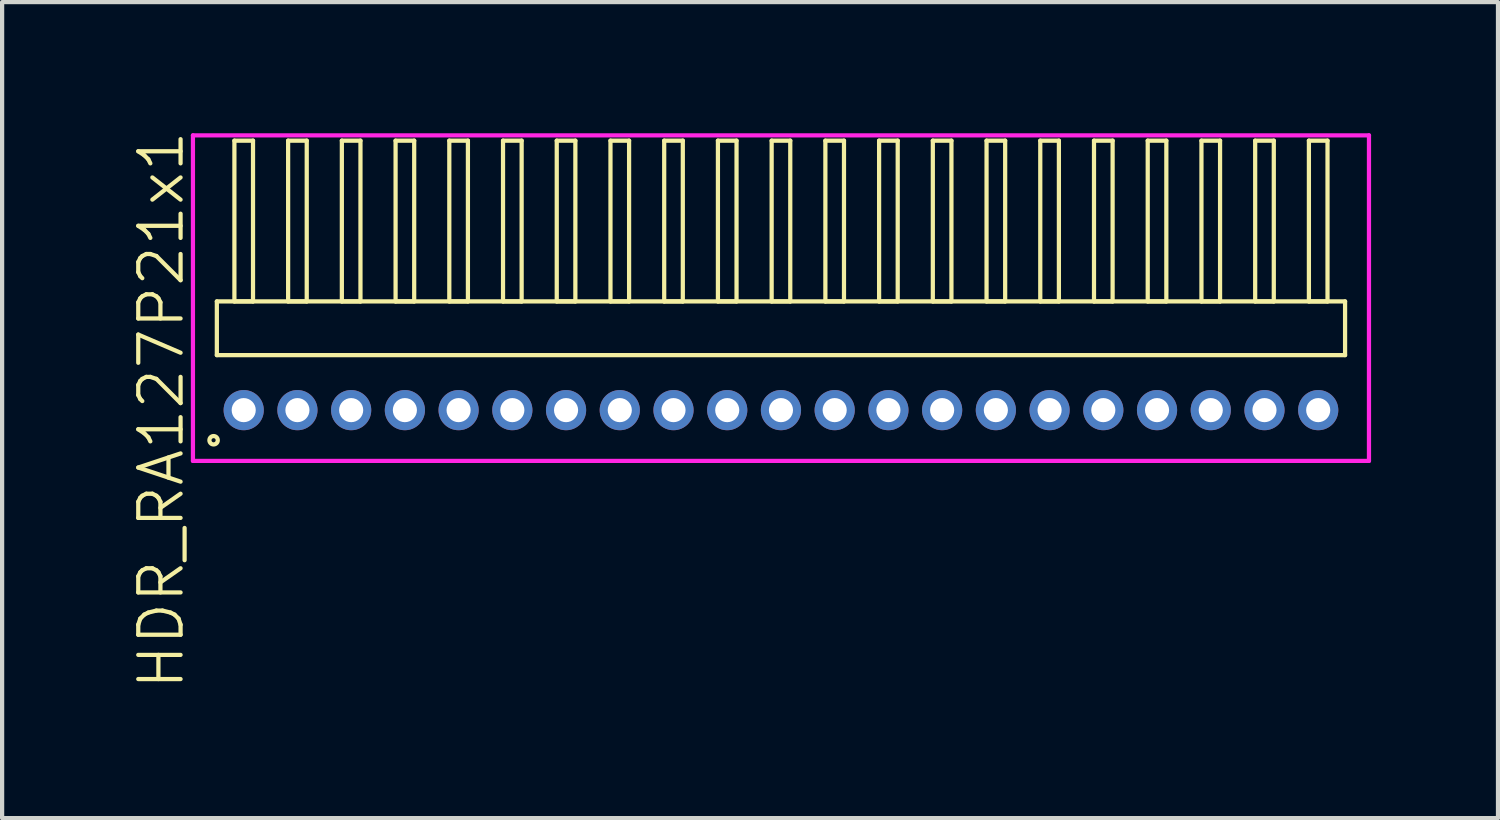
<source format=kicad_pcb>
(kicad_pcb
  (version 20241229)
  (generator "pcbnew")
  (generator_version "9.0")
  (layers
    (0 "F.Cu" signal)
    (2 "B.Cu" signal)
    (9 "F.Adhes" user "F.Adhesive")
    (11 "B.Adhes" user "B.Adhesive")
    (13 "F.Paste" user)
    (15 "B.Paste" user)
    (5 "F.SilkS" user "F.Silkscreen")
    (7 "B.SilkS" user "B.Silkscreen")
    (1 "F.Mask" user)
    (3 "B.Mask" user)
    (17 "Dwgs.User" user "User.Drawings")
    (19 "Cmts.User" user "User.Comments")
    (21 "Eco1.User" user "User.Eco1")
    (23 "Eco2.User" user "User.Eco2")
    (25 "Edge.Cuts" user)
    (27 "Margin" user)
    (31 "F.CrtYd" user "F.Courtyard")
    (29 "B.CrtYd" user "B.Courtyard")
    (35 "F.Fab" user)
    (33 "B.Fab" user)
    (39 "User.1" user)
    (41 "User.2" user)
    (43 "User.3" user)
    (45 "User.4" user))
  (footprint "HDR_RA127P21x1"
    (layer "F.Cu")
    (at 15.411 6.645)
    (property "Reference" "HDR_RA127P21x1" (at -14.65 0 90) (layer "F.SilkS") (effects (font (size 1 1) (thickness 0.1))))
    (attr through_hole)
    (fp_line (start -13.335 -2.57) (end -13.335 -1.3) (stroke (width 0.1) (type solid)) (layer "F.SilkS"))
    (fp_line (start -13.335 -1.3) (end 13.335 -1.3) (stroke (width 0.1) (type solid)) (layer "F.SilkS"))
    (fp_line (start -12.92 -6.37) (end -12.92 -2.57) (stroke (width 0.1) (type solid)) (layer "F.SilkS"))
    (fp_line (start -12.92 -2.57) (end -12.48 -2.57) (stroke (width 0.1) (type solid)) (layer "F.SilkS"))
    (fp_line (start -12.48 -6.37) (end -12.92 -6.37) (stroke (width 0.1) (type solid)) (layer "F.SilkS"))
    (fp_line (start -12.48 -2.57) (end -12.48 -6.37) (stroke (width 0.1) (type solid)) (layer "F.SilkS"))
    (fp_line (start -11.65 -6.37) (end -11.65 -2.57) (stroke (width 0.1) (type solid)) (layer "F.SilkS"))
    (fp_line (start -11.65 -2.57) (end -11.21 -2.57) (stroke (width 0.1) (type solid)) (layer "F.SilkS"))
    (fp_line (start -11.21 -6.37) (end -11.65 -6.37) (stroke (width 0.1) (type solid)) (layer "F.SilkS"))
    (fp_line (start -11.21 -2.57) (end -11.21 -6.37) (stroke (width 0.1) (type solid)) (layer "F.SilkS"))
    (fp_line (start -10.38 -6.37) (end -10.38 -2.57) (stroke (width 0.1) (type solid)) (layer "F.SilkS"))
    (fp_line (start -10.38 -2.57) (end -9.94 -2.57) (stroke (width 0.1) (type solid)) (layer "F.SilkS"))
    (fp_line (start -9.94 -6.37) (end -10.38 -6.37) (stroke (width 0.1) (type solid)) (layer "F.SilkS"))
    (fp_line (start -9.94 -2.57) (end -9.94 -6.37) (stroke (width 0.1) (type solid)) (layer "F.SilkS"))
    (fp_line (start -9.11 -6.37) (end -9.11 -2.57) (stroke (width 0.1) (type solid)) (layer "F.SilkS"))
    (fp_line (start -9.11 -2.57) (end -8.67 -2.57) (stroke (width 0.1) (type solid)) (layer "F.SilkS"))
    (fp_line (start -8.67 -6.37) (end -9.11 -6.37) (stroke (width 0.1) (type solid)) (layer "F.SilkS"))
    (fp_line (start -8.67 -2.57) (end -8.67 -6.37) (stroke (width 0.1) (type solid)) (layer "F.SilkS"))
    (fp_line (start -7.84 -6.37) (end -7.84 -2.57) (stroke (width 0.1) (type solid)) (layer "F.SilkS"))
    (fp_line (start -7.84 -2.57) (end -7.4 -2.57) (stroke (width 0.1) (type solid)) (layer "F.SilkS"))
    (fp_line (start -7.4 -6.37) (end -7.84 -6.37) (stroke (width 0.1) (type solid)) (layer "F.SilkS"))
    (fp_line (start -7.4 -2.57) (end -7.4 -6.37) (stroke (width 0.1) (type solid)) (layer "F.SilkS"))
    (fp_line (start -6.57 -6.37) (end -6.57 -2.57) (stroke (width 0.1) (type solid)) (layer "F.SilkS"))
    (fp_line (start -6.57 -2.57) (end -6.13 -2.57) (stroke (width 0.1) (type solid)) (layer "F.SilkS"))
    (fp_line (start -6.13 -6.37) (end -6.57 -6.37) (stroke (width 0.1) (type solid)) (layer "F.SilkS"))
    (fp_line (start -6.13 -2.57) (end -6.13 -6.37) (stroke (width 0.1) (type solid)) (layer "F.SilkS"))
    (fp_line (start -5.3 -6.37) (end -5.3 -2.57) (stroke (width 0.1) (type solid)) (layer "F.SilkS"))
    (fp_line (start -5.3 -2.57) (end -4.86 -2.57) (stroke (width 0.1) (type solid)) (layer "F.SilkS"))
    (fp_line (start -4.86 -6.37) (end -5.3 -6.37) (stroke (width 0.1) (type solid)) (layer "F.SilkS"))
    (fp_line (start -4.86 -2.57) (end -4.86 -6.37) (stroke (width 0.1) (type solid)) (layer "F.SilkS"))
    (fp_line (start -4.03 -6.37) (end -4.03 -2.57) (stroke (width 0.1) (type solid)) (layer "F.SilkS"))
    (fp_line (start -4.03 -2.57) (end -3.59 -2.57) (stroke (width 0.1) (type solid)) (layer "F.SilkS"))
    (fp_line (start -3.59 -6.37) (end -4.03 -6.37) (stroke (width 0.1) (type solid)) (layer "F.SilkS"))
    (fp_line (start -3.59 -2.57) (end -3.59 -6.37) (stroke (width 0.1) (type solid)) (layer "F.SilkS"))
    (fp_line (start -2.76 -6.37) (end -2.76 -2.57) (stroke (width 0.1) (type solid)) (layer "F.SilkS"))
    (fp_line (start -2.76 -2.57) (end -2.32 -2.57) (stroke (width 0.1) (type solid)) (layer "F.SilkS"))
    (fp_line (start -2.32 -6.37) (end -2.76 -6.37) (stroke (width 0.1) (type solid)) (layer "F.SilkS"))
    (fp_line (start -2.32 -2.57) (end -2.32 -6.37) (stroke (width 0.1) (type solid)) (layer "F.SilkS"))
    (fp_line (start -1.49 -6.37) (end -1.49 -2.57) (stroke (width 0.1) (type solid)) (layer "F.SilkS"))
    (fp_line (start -1.49 -2.57) (end -1.05 -2.57) (stroke (width 0.1) (type solid)) (layer "F.SilkS"))
    (fp_line (start -1.05 -6.37) (end -1.49 -6.37) (stroke (width 0.1) (type solid)) (layer "F.SilkS"))
    (fp_line (start -1.05 -2.57) (end -1.05 -6.37) (stroke (width 0.1) (type solid)) (layer "F.SilkS"))
    (fp_line (start -0.22 -6.37) (end -0.22 -2.57) (stroke (width 0.1) (type solid)) (layer "F.SilkS"))
    (fp_line (start -0.22 -2.57) (end 0.22 -2.57) (stroke (width 0.1) (type solid)) (layer "F.SilkS"))
    (fp_line (start 0.22 -6.37) (end -0.22 -6.37) (stroke (width 0.1) (type solid)) (layer "F.SilkS"))
    (fp_line (start 0.22 -2.57) (end 0.22 -6.37) (stroke (width 0.1) (type solid)) (layer "F.SilkS"))
    (fp_line (start 1.05 -6.37) (end 1.05 -2.57) (stroke (width 0.1) (type solid)) (layer "F.SilkS"))
    (fp_line (start 1.05 -2.57) (end 1.49 -2.57) (stroke (width 0.1) (type solid)) (layer "F.SilkS"))
    (fp_line (start 1.49 -6.37) (end 1.05 -6.37) (stroke (width 0.1) (type solid)) (layer "F.SilkS"))
    (fp_line (start 1.49 -2.57) (end 1.49 -6.37) (stroke (width 0.1) (type solid)) (layer "F.SilkS"))
    (fp_line (start 2.32 -6.37) (end 2.32 -2.57) (stroke (width 0.1) (type solid)) (layer "F.SilkS"))
    (fp_line (start 2.32 -2.57) (end 2.76 -2.57) (stroke (width 0.1) (type solid)) (layer "F.SilkS"))
    (fp_line (start 2.76 -6.37) (end 2.32 -6.37) (stroke (width 0.1) (type solid)) (layer "F.SilkS"))
    (fp_line (start 2.76 -2.57) (end 2.76 -6.37) (stroke (width 0.1) (type solid)) (layer "F.SilkS"))
    (fp_line (start 3.59 -6.37) (end 3.59 -2.57) (stroke (width 0.1) (type solid)) (layer "F.SilkS"))
    (fp_line (start 3.59 -2.57) (end 4.03 -2.57) (stroke (width 0.1) (type solid)) (layer "F.SilkS"))
    (fp_line (start 4.03 -6.37) (end 3.59 -6.37) (stroke (width 0.1) (type solid)) (layer "F.SilkS"))
    (fp_line (start 4.03 -2.57) (end 4.03 -6.37) (stroke (width 0.1) (type solid)) (layer "F.SilkS"))
    (fp_line (start 4.86 -6.37) (end 4.86 -2.57) (stroke (width 0.1) (type solid)) (layer "F.SilkS"))
    (fp_line (start 4.86 -2.57) (end 5.3 -2.57) (stroke (width 0.1) (type solid)) (layer "F.SilkS"))
    (fp_line (start 5.3 -6.37) (end 4.86 -6.37) (stroke (width 0.1) (type solid)) (layer "F.SilkS"))
    (fp_line (start 5.3 -2.57) (end 5.3 -6.37) (stroke (width 0.1) (type solid)) (layer "F.SilkS"))
    (fp_line (start 6.13 -6.37) (end 6.13 -2.57) (stroke (width 0.1) (type solid)) (layer "F.SilkS"))
    (fp_line (start 6.13 -2.57) (end 6.57 -2.57) (stroke (width 0.1) (type solid)) (layer "F.SilkS"))
    (fp_line (start 6.57 -6.37) (end 6.13 -6.37) (stroke (width 0.1) (type solid)) (layer "F.SilkS"))
    (fp_line (start 6.57 -2.57) (end 6.57 -6.37) (stroke (width 0.1) (type solid)) (layer "F.SilkS"))
    (fp_line (start 7.4 -6.37) (end 7.4 -2.57) (stroke (width 0.1) (type solid)) (layer "F.SilkS"))
    (fp_line (start 7.4 -2.57) (end 7.84 -2.57) (stroke (width 0.1) (type solid)) (layer "F.SilkS"))
    (fp_line (start 7.84 -6.37) (end 7.4 -6.37) (stroke (width 0.1) (type solid)) (layer "F.SilkS"))
    (fp_line (start 7.84 -2.57) (end 7.84 -6.37) (stroke (width 0.1) (type solid)) (layer "F.SilkS"))
    (fp_line (start 8.67 -6.37) (end 8.67 -2.57) (stroke (width 0.1) (type solid)) (layer "F.SilkS"))
    (fp_line (start 8.67 -2.57) (end 9.11 -2.57) (stroke (width 0.1) (type solid)) (layer "F.SilkS"))
    (fp_line (start 9.11 -6.37) (end 8.67 -6.37) (stroke (width 0.1) (type solid)) (layer "F.SilkS"))
    (fp_line (start 9.11 -2.57) (end 9.11 -6.37) (stroke (width 0.1) (type solid)) (layer "F.SilkS"))
    (fp_line (start 9.94 -6.37) (end 9.94 -2.57) (stroke (width 0.1) (type solid)) (layer "F.SilkS"))
    (fp_line (start 9.94 -2.57) (end 10.38 -2.57) (stroke (width 0.1) (type solid)) (layer "F.SilkS"))
    (fp_line (start 10.38 -6.37) (end 9.94 -6.37) (stroke (width 0.1) (type solid)) (layer "F.SilkS"))
    (fp_line (start 10.38 -2.57) (end 10.38 -6.37) (stroke (width 0.1) (type solid)) (layer "F.SilkS"))
    (fp_line (start 11.21 -6.37) (end 11.21 -2.57) (stroke (width 0.1) (type solid)) (layer "F.SilkS"))
    (fp_line (start 11.21 -2.57) (end 11.65 -2.57) (stroke (width 0.1) (type solid)) (layer "F.SilkS"))
    (fp_line (start 11.65 -6.37) (end 11.21 -6.37) (stroke (width 0.1) (type solid)) (layer "F.SilkS"))
    (fp_line (start 11.65 -2.57) (end 11.65 -6.37) (stroke (width 0.1) (type solid)) (layer "F.SilkS"))
    (fp_line (start 12.48 -6.37) (end 12.48 -2.57) (stroke (width 0.1) (type solid)) (layer "F.SilkS"))
    (fp_line (start 12.48 -2.57) (end 12.92 -2.57) (stroke (width 0.1) (type solid)) (layer "F.SilkS"))
    (fp_line (start 12.92 -6.37) (end 12.48 -6.37) (stroke (width 0.1) (type solid)) (layer "F.SilkS"))
    (fp_line (start 12.92 -2.57) (end 12.92 -6.37) (stroke (width 0.1) (type solid)) (layer "F.SilkS"))
    (fp_line (start 13.335 -2.57) (end -13.335 -2.57) (stroke (width 0.1) (type solid)) (layer "F.SilkS"))
    (fp_line (start 13.335 -1.3) (end 13.335 -2.57) (stroke (width 0.1) (type solid)) (layer "F.SilkS"))
    (fp_circle (center -13.412 0.712) (end -13.313 0.712) (stroke (width 0.1) (type solid)) (fill no) (layer "F.SilkS"))
    (fp_line (start -13.9 -6.495) (end -13.9 1.2) (stroke (width 0.1) (type solid)) (layer "F.CrtYd"))
    (fp_line (start -13.9 1.2) (end 13.9 1.2) (stroke (width 0.1) (type solid)) (layer "F.CrtYd"))
    (fp_line (start 13.9 -6.495) (end -13.9 -6.495) (stroke (width 0.1) (type solid)) (layer "F.CrtYd"))
    (fp_line (start 13.9 1.2) (end 13.9 -6.495) (stroke (width 0.1) (type solid)) (layer "F.CrtYd"))
    (pad "1" thru_hole oval (at -12.7 0) (size 0.95 0.95) (drill 0.57) (layers "*.Cu" "*.Mask"))
    (pad "2" thru_hole oval (at -11.43 0) (size 0.95 0.95) (drill 0.57) (layers "*.Cu" "*.Mask"))
    (pad "3" thru_hole oval (at -10.16 0) (size 0.95 0.95) (drill 0.57) (layers "*.Cu" "*.Mask"))
    (pad "4" thru_hole oval (at -8.89 0) (size 0.95 0.95) (drill 0.57) (layers "*.Cu" "*.Mask"))
    (pad "5" thru_hole oval (at -7.62 0) (size 0.95 0.95) (drill 0.57) (layers "*.Cu" "*.Mask"))
    (pad "6" thru_hole oval (at -6.35 0) (size 0.95 0.95) (drill 0.57) (layers "*.Cu" "*.Mask"))
    (pad "7" thru_hole oval (at -5.08 0) (size 0.95 0.95) (drill 0.57) (layers "*.Cu" "*.Mask"))
    (pad "8" thru_hole oval (at -3.81 0) (size 0.95 0.95) (drill 0.57) (layers "*.Cu" "*.Mask"))
    (pad "9" thru_hole oval (at -2.54 0) (size 0.95 0.95) (drill 0.57) (layers "*.Cu" "*.Mask"))
    (pad "10" thru_hole oval (at -1.27 0) (size 0.95 0.95) (drill 0.57) (layers "*.Cu" "*.Mask"))
    (pad "11" thru_hole oval (at 0 0) (size 0.95 0.95) (drill 0.57) (layers "*.Cu" "*.Mask"))
    (pad "12" thru_hole oval (at 1.27 0) (size 0.95 0.95) (drill 0.57) (layers "*.Cu" "*.Mask"))
    (pad "13" thru_hole oval (at 2.54 0) (size 0.95 0.95) (drill 0.57) (layers "*.Cu" "*.Mask"))
    (pad "14" thru_hole oval (at 3.81 0) (size 0.95 0.95) (drill 0.57) (layers "*.Cu" "*.Mask"))
    (pad "15" thru_hole oval (at 5.08 0) (size 0.95 0.95) (drill 0.57) (layers "*.Cu" "*.Mask"))
    (pad "16" thru_hole oval (at 6.35 0) (size 0.95 0.95) (drill 0.57) (layers "*.Cu" "*.Mask"))
    (pad "17" thru_hole oval (at 7.62 0) (size 0.95 0.95) (drill 0.57) (layers "*.Cu" "*.Mask"))
    (pad "18" thru_hole oval (at 8.89 0) (size 0.95 0.95) (drill 0.57) (layers "*.Cu" "*.Mask"))
    (pad "19" thru_hole oval (at 10.16 0) (size 0.95 0.95) (drill 0.57) (layers "*.Cu" "*.Mask"))
    (pad "20" thru_hole oval (at 11.43 0) (size 0.95 0.95) (drill 0.57) (layers "*.Cu" "*.Mask"))
    (pad "21" thru_hole oval (at 12.7 0) (size 0.95 0.95) (drill 0.57) (layers "*.Cu" "*.Mask")))
  (gr_rect
    (start -3 -3)
    (end 32.361 16.29)
    (stroke (width 0.1) (type default))
    (fill no)
    (layer "Edge.Cuts")))
</source>
